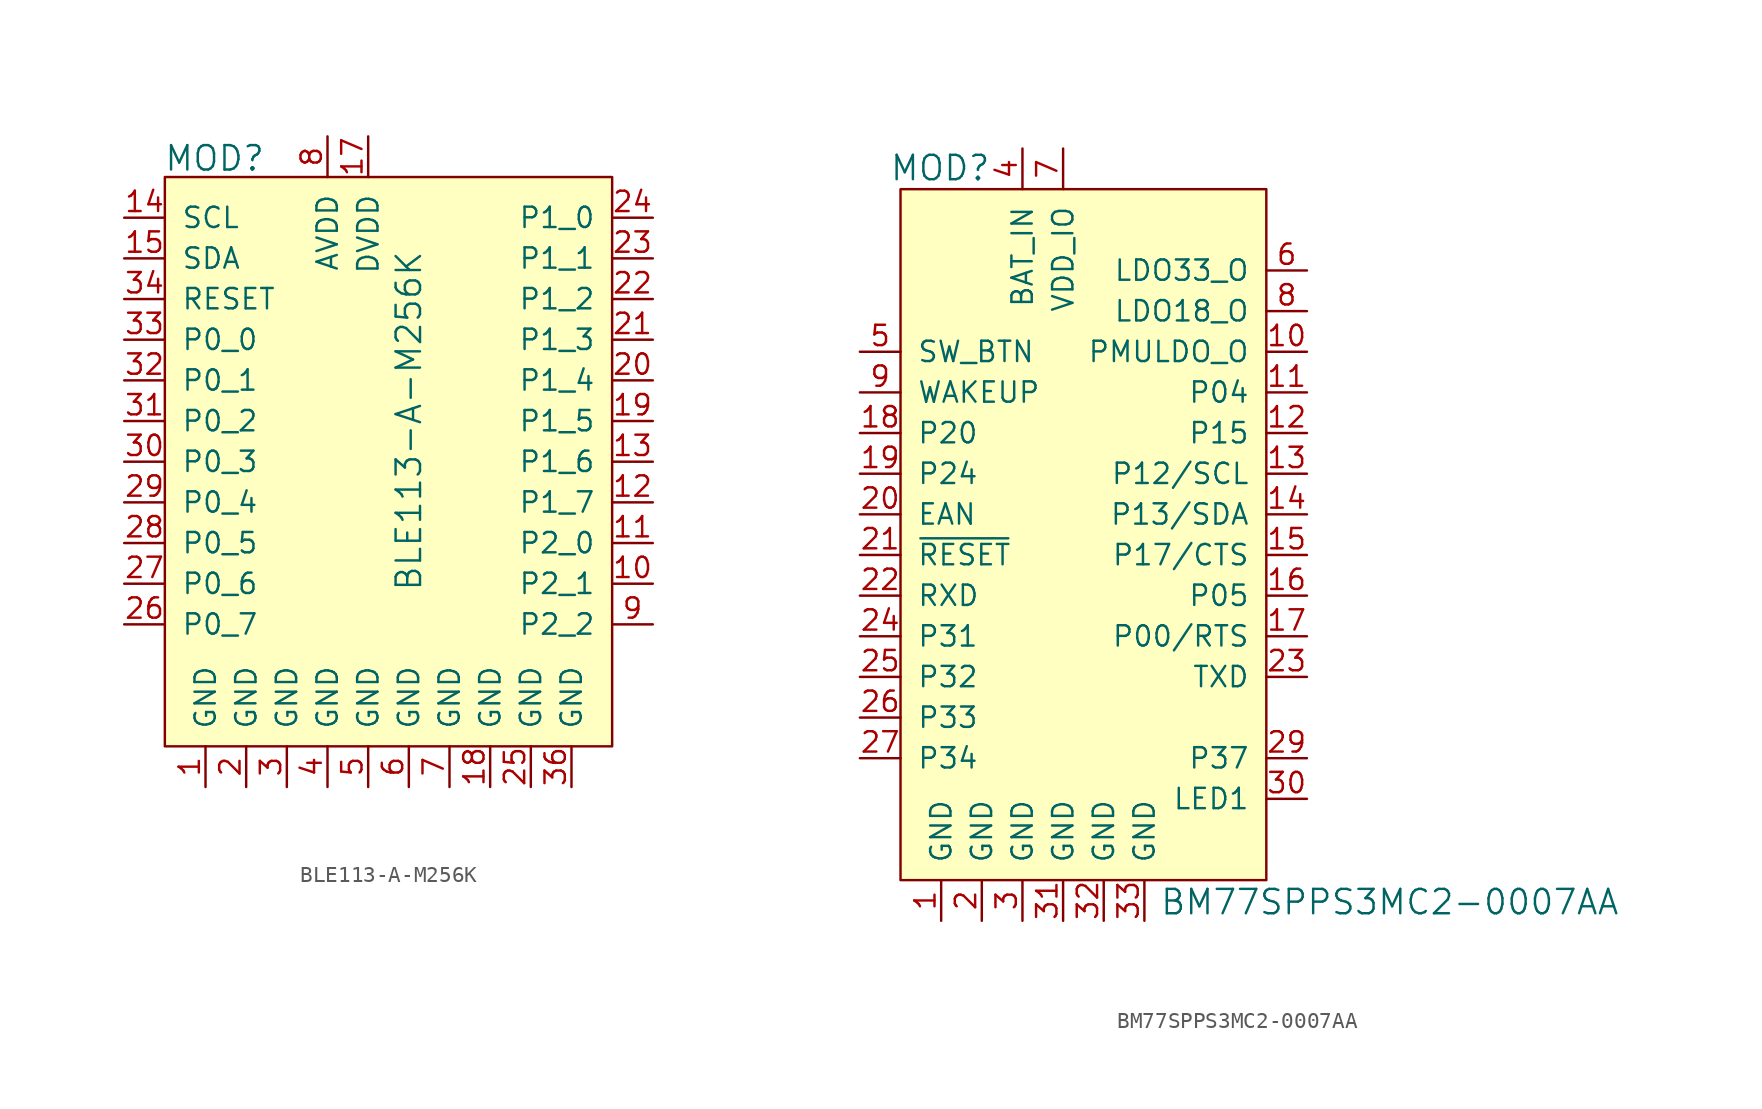
<source format=kicad_sym>
(kicad_symbol_lib
  (version 20211014)
  (generator kicad_symbol_editor)
  (symbol "BLE113-A-M256K"
    (pin_names
      (offset 1.016))
    (property "Reference" "MOD"
      (at -22.936 16.408 0)
      (effects (font (size 1.524 1.524)) (justify left)))
    (property "Value" "BLE113-A-M256K"
      (at -7.62 0 90)
      (effects (font (size 1.524 1.524))))
    (symbol "BLE113-A-M256K_0_1"
      (rectangle (start -22.86 15.24) (end 5.08 -20.32) (stroke (width 0) (type default) (color 0 0 0 0)) (fill (type background))))
    (symbol "BLE113-A-M256K_1_1"
      (pin power_in line (at -20.32 -22.86 90) (length 2.54) (name "GND" (effects (font (size 1.27 1.27)))) (number "1" (effects (font (size 1.27 1.27)))))
      (pin bidirectional line (at 7.62 -10.16 180) (length 2.54) (name "P2_1" (effects (font (size 1.27 1.27)))) (number "10" (effects (font (size 1.27 1.27)))))
      (pin bidirectional line (at 7.62 -7.62 180) (length 2.54) (name "P2_0" (effects (font (size 1.27 1.27)))) (number "11" (effects (font (size 1.27 1.27)))))
      (pin bidirectional line (at 7.62 -5.08 180) (length 2.54) (name "P1_7" (effects (font (size 1.27 1.27)))) (number "12" (effects (font (size 1.27 1.27)))))
      (pin bidirectional line (at 7.62 -2.54 180) (length 2.54) (name "P1_6" (effects (font (size 1.27 1.27)))) (number "13" (effects (font (size 1.27 1.27)))))
      (pin bidirectional line (at -25.4 12.7 0) (length 2.54) (name "SCL" (effects (font (size 1.27 1.27)))) (number "14" (effects (font (size 1.27 1.27)))))
      (pin bidirectional line (at -25.4 10.16 0) (length 2.54) (name "SDA" (effects (font (size 1.27 1.27)))) (number "15" (effects (font (size 1.27 1.27)))))
      (pin no_connect line (at -22.86 -15.24 0) (length 2.54) hide (name "NC" (effects (font (size 1.27 1.27)))) (number "16" (effects (font (size 1.27 1.27)))))
      (pin power_in line (at -10.16 17.78 270) (length 2.54) (name "DVDD" (effects (font (size 1.27 1.27)))) (number "17" (effects (font (size 1.27 1.27)))))
      (pin power_in line (at -2.54 -22.86 90) (length 2.54) (name "GND" (effects (font (size 1.27 1.27)))) (number "18" (effects (font (size 1.27 1.27)))))
      (pin power_in line (at 7.62 0 180) (length 2.54) (name "P1_5" (effects (font (size 1.27 1.27)))) (number "19" (effects (font (size 1.27 1.27)))))
      (pin power_in line (at -17.78 -22.86 90) (length 2.54) (name "GND" (effects (font (size 1.27 1.27)))) (number "2" (effects (font (size 1.27 1.27)))))
      (pin power_in line (at 7.62 2.54 180) (length 2.54) (name "P1_4" (effects (font (size 1.27 1.27)))) (number "20" (effects (font (size 1.27 1.27)))))
      (pin power_in line (at 7.62 5.08 180) (length 2.54) (name "P1_3" (effects (font (size 1.27 1.27)))) (number "21" (effects (font (size 1.27 1.27)))))
      (pin power_in line (at 7.62 7.62 180) (length 2.54) (name "P1_2" (effects (font (size 1.27 1.27)))) (number "22" (effects (font (size 1.27 1.27)))))
      (pin power_in line (at 7.62 10.16 180) (length 2.54) (name "P1_1" (effects (font (size 1.27 1.27)))) (number "23" (effects (font (size 1.27 1.27)))))
      (pin power_in line (at 7.62 12.7 180) (length 2.54) (name "P1_0" (effects (font (size 1.27 1.27)))) (number "24" (effects (font (size 1.27 1.27)))))
      (pin power_in line (at 0 -22.86 90) (length 2.54) (name "GND" (effects (font (size 1.27 1.27)))) (number "25" (effects (font (size 1.27 1.27)))))
      (pin bidirectional line (at -25.4 -12.7 0) (length 2.54) (name "P0_7" (effects (font (size 1.27 1.27)))) (number "26" (effects (font (size 1.27 1.27)))))
      (pin bidirectional line (at -25.4 -10.16 0) (length 2.54) (name "P0_6" (effects (font (size 1.27 1.27)))) (number "27" (effects (font (size 1.27 1.27)))))
      (pin bidirectional line (at -25.4 -7.62 0) (length 2.54) (name "P0_5" (effects (font (size 1.27 1.27)))) (number "28" (effects (font (size 1.27 1.27)))))
      (pin bidirectional line (at -25.4 -5.08 0) (length 2.54) (name "P0_4" (effects (font (size 1.27 1.27)))) (number "29" (effects (font (size 1.27 1.27)))))
      (pin power_in line (at -15.24 -22.86 90) (length 2.54) (name "GND" (effects (font (size 1.27 1.27)))) (number "3" (effects (font (size 1.27 1.27)))))
      (pin bidirectional line (at -25.4 -2.54 0) (length 2.54) (name "P0_3" (effects (font (size 1.27 1.27)))) (number "30" (effects (font (size 1.27 1.27)))))
      (pin bidirectional line (at -25.4 0 0) (length 2.54) (name "P0_2" (effects (font (size 1.27 1.27)))) (number "31" (effects (font (size 1.27 1.27)))))
      (pin bidirectional line (at -25.4 2.54 0) (length 2.54) (name "P0_1" (effects (font (size 1.27 1.27)))) (number "32" (effects (font (size 1.27 1.27)))))
      (pin bidirectional line (at -25.4 5.08 0) (length 2.54) (name "P0_0" (effects (font (size 1.27 1.27)))) (number "33" (effects (font (size 1.27 1.27)))))
      (pin input line (at -25.4 7.62 0) (length 2.54) (name "RESET" (effects (font (size 1.27 1.27)))) (number "34" (effects (font (size 1.27 1.27)))))
      (pin no_connect line (at -22.86 -17.78 0) (length 2.54) hide (name "NC" (effects (font (size 1.27 1.27)))) (number "35" (effects (font (size 1.27 1.27)))))
      (pin power_in line (at 2.54 -22.86 90) (length 2.54) (name "GND" (effects (font (size 1.27 1.27)))) (number "36" (effects (font (size 1.27 1.27)))))
      (pin power_in line (at -12.7 -22.86 90) (length 2.54) (name "GND" (effects (font (size 1.27 1.27)))) (number "4" (effects (font (size 1.27 1.27)))))
      (pin power_in line (at -10.16 -22.86 90) (length 2.54) (name "GND" (effects (font (size 1.27 1.27)))) (number "5" (effects (font (size 1.27 1.27)))))
      (pin power_in line (at -7.62 -22.86 90) (length 2.54) (name "GND" (effects (font (size 1.27 1.27)))) (number "6" (effects (font (size 1.27 1.27)))))
      (pin power_in line (at -5.08 -22.86 90) (length 2.54) (name "GND" (effects (font (size 1.27 1.27)))) (number "7" (effects (font (size 1.27 1.27)))))
      (pin power_in line (at -12.7 17.78 270) (length 2.54) (name "AVDD" (effects (font (size 1.27 1.27)))) (number "8" (effects (font (size 1.27 1.27)))))
      (pin bidirectional line (at 7.62 -12.7 180) (length 2.54) (name "P2_2" (effects (font (size 1.27 1.27)))) (number "9" (effects (font (size 1.27 1.27)))))))
  (symbol "BM77SPPS3MC2-0007AA"
    (pin_names
      (offset 1.016))
    (property "Reference" "MOD"
      (at -4.496 14.021 0)
      (effects (font (size 1.524 1.524)) (justify right)))
    (property "Value" "BM77SPPS3MC2-0007AA"
      (at 6.02 -31.852 0)
      (effects (font (size 1.524 1.524)) (justify left)))
    (symbol "BM77SPPS3MC2-0007AA_1_1"
      (rectangle (start -10.16 12.7) (end 12.7 -30.48) (stroke (width 0) (type default) (color 0 0 0 0)) (fill (type background)))
      (pin power_in line (at -7.62 -33.02 90) (length 2.54) (name "GND" (effects (font (size 1.27 1.27)))) (number "1" (effects (font (size 1.27 1.27)))))
      (pin output line (at 15.24 2.54 180) (length 2.54) (name "PMULDO_O" (effects (font (size 1.27 1.27)))) (number "10" (effects (font (size 1.27 1.27)))))
      (pin output line (at 15.24 0 180) (length 2.54) (name "P04" (effects (font (size 1.27 1.27)))) (number "11" (effects (font (size 1.27 1.27)))))
      (pin output line (at 15.24 -2.54 180) (length 2.54) (name "P15" (effects (font (size 1.27 1.27)))) (number "12" (effects (font (size 1.27 1.27)))))
      (pin output line (at 15.24 -5.08 180) (length 2.54) (name "P12/SCL" (effects (font (size 1.27 1.27)))) (number "13" (effects (font (size 1.27 1.27)))))
      (pin bidirectional line (at 15.24 -7.62 180) (length 2.54) (name "P13/SDA" (effects (font (size 1.27 1.27)))) (number "14" (effects (font (size 1.27 1.27)))))
      (pin bidirectional line (at 15.24 -10.16 180) (length 2.54) (name "P17/CTS" (effects (font (size 1.27 1.27)))) (number "15" (effects (font (size 1.27 1.27)))))
      (pin bidirectional line (at 15.24 -12.7 180) (length 2.54) (name "P05" (effects (font (size 1.27 1.27)))) (number "16" (effects (font (size 1.27 1.27)))))
      (pin bidirectional line (at 15.24 -15.24 180) (length 2.54) (name "P00/RTS" (effects (font (size 1.27 1.27)))) (number "17" (effects (font (size 1.27 1.27)))))
      (pin input line (at -12.7 -2.54 0) (length 2.54) (name "P20" (effects (font (size 1.27 1.27)))) (number "18" (effects (font (size 1.27 1.27)))))
      (pin input line (at -12.7 -5.08 0) (length 2.54) (name "P24" (effects (font (size 1.27 1.27)))) (number "19" (effects (font (size 1.27 1.27)))))
      (pin power_in line (at -5.08 -33.02 90) (length 2.54) (name "GND" (effects (font (size 1.27 1.27)))) (number "2" (effects (font (size 1.27 1.27)))))
      (pin input line (at -12.7 -7.62 0) (length 2.54) (name "EAN" (effects (font (size 1.27 1.27)))) (number "20" (effects (font (size 1.27 1.27)))))
      (pin input line (at -12.7 -10.16 0) (length 2.54) (name "~{RESET}" (effects (font (size 1.27 1.27)))) (number "21" (effects (font (size 1.27 1.27)))))
      (pin input line (at -12.7 -12.7 0) (length 2.54) (name "RXD" (effects (font (size 1.27 1.27)))) (number "22" (effects (font (size 1.27 1.27)))))
      (pin output line (at 15.24 -17.78 180) (length 2.54) (name "TXD" (effects (font (size 1.27 1.27)))) (number "23" (effects (font (size 1.27 1.27)))))
      (pin bidirectional line (at -12.7 -15.24 0) (length 2.54) (name "P31" (effects (font (size 1.27 1.27)))) (number "24" (effects (font (size 1.27 1.27)))))
      (pin bidirectional line (at -12.7 -17.78 0) (length 2.54) (name "P32" (effects (font (size 1.27 1.27)))) (number "25" (effects (font (size 1.27 1.27)))))
      (pin bidirectional line (at -12.7 -20.32 0) (length 2.54) (name "P33" (effects (font (size 1.27 1.27)))) (number "26" (effects (font (size 1.27 1.27)))))
      (pin bidirectional line (at -12.7 -22.86 0) (length 2.54) (name "P34" (effects (font (size 1.27 1.27)))) (number "27" (effects (font (size 1.27 1.27)))))
      (pin no_connect line (at 12.7 -20.32 180) (length 2.54) hide (name "P36" (effects (font (size 1.27 1.27)))) (number "28" (effects (font (size 1.27 1.27)))))
      (pin bidirectional line (at 15.24 -22.86 180) (length 2.54) (name "P37" (effects (font (size 1.27 1.27)))) (number "29" (effects (font (size 1.27 1.27)))))
      (pin power_in line (at -2.54 -33.02 90) (length 2.54) (name "GND" (effects (font (size 1.27 1.27)))) (number "3" (effects (font (size 1.27 1.27)))))
      (pin output line (at 15.24 -25.4 180) (length 2.54) (name "LED1" (effects (font (size 1.27 1.27)))) (number "30" (effects (font (size 1.27 1.27)))))
      (pin power_in line (at 0 -33.02 90) (length 2.54) (name "GND" (effects (font (size 1.27 1.27)))) (number "31" (effects (font (size 1.27 1.27)))))
      (pin power_in line (at 2.54 -33.02 90) (length 2.54) (name "GND" (effects (font (size 1.27 1.27)))) (number "32" (effects (font (size 1.27 1.27)))))
      (pin power_in line (at 5.08 -33.02 90) (length 2.54) (name "GND" (effects (font (size 1.27 1.27)))) (number "33" (effects (font (size 1.27 1.27)))))
      (pin power_in line (at -2.54 15.24 270) (length 2.54) (name "BAT_IN" (effects (font (size 1.27 1.27)))) (number "4" (effects (font (size 1.27 1.27)))))
      (pin input line (at -12.7 2.54 0) (length 2.54) (name "SW_BTN" (effects (font (size 1.27 1.27)))) (number "5" (effects (font (size 1.27 1.27)))))
      (pin power_out line (at 15.24 7.62 180) (length 2.54) (name "LDO33_O" (effects (font (size 1.27 1.27)))) (number "6" (effects (font (size 1.27 1.27)))))
      (pin power_in line (at 0 15.24 270) (length 2.54) (name "VDD_IO" (effects (font (size 1.27 1.27)))) (number "7" (effects (font (size 1.27 1.27)))))
      (pin power_out line (at 15.24 5.08 180) (length 2.54) (name "LDO18_O" (effects (font (size 1.27 1.27)))) (number "8" (effects (font (size 1.27 1.27)))))
      (pin input line (at -12.7 0 0) (length 2.54) (name "WAKEUP" (effects (font (size 1.27 1.27)))) (number "9" (effects (font (size 1.27 1.27))))))))
</source>
